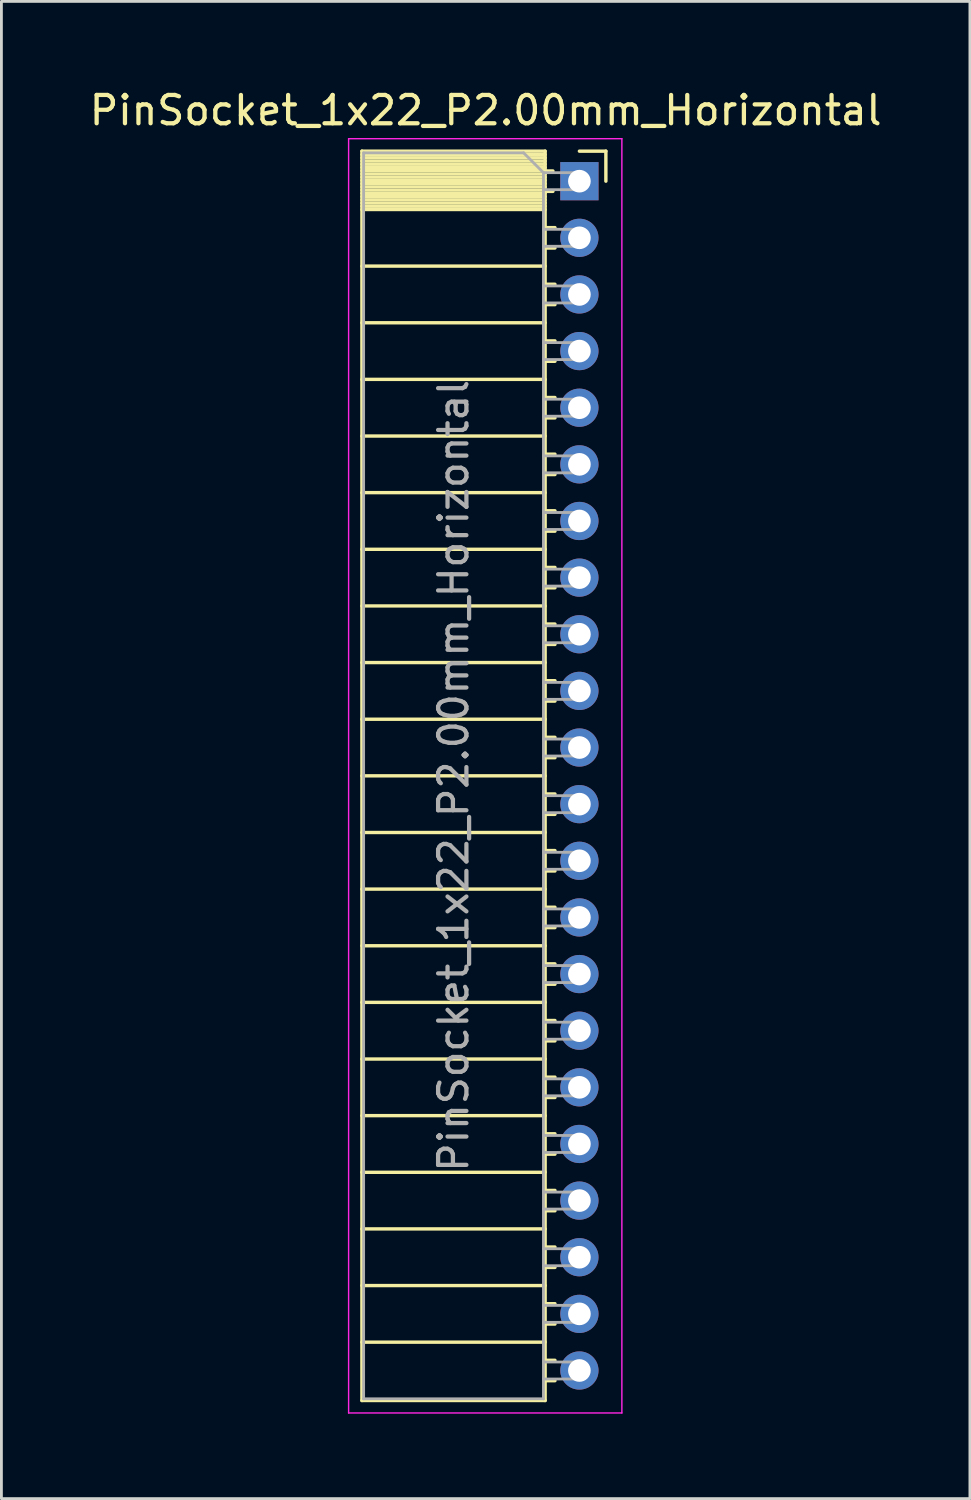
<source format=kicad_pcb>
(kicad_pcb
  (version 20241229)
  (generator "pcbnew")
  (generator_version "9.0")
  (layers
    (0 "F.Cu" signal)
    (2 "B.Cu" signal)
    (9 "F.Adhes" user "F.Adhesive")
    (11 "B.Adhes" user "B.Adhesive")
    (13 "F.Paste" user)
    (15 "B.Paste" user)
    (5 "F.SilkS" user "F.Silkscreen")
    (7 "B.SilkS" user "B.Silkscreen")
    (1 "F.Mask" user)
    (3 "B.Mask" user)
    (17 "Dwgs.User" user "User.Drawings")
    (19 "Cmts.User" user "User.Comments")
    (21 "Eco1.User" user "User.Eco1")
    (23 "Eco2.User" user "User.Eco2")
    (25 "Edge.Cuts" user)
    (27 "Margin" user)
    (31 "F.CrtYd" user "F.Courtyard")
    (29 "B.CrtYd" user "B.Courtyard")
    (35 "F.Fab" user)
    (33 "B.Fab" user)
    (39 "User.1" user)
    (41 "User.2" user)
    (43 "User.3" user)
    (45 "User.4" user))
  (footprint "PinSocket_1x22_P2.00mm_Horizontal"
    (layer "F.Cu")
    (at 17.411 3.348)
    (property "Reference" "PinSocket_1x22_P2.00mm_Horizontal" (at -3.31 -2.5 0) (layer "F.SilkS") (effects (font (size 1 1) (thickness 0.15))))
    (attr through_hole)
    (fp_line (start -7.68 -1.06) (end -7.68 43.06) (stroke (width 0.12) (type solid)) (layer "F.SilkS"))
    (fp_line (start -7.68 -1.06) (end -1.21 -1.06) (stroke (width 0.12) (type solid)) (layer "F.SilkS"))
    (fp_line (start -7.68 -0.94) (end -1.21 -0.94) (stroke (width 0.12) (type solid)) (layer "F.SilkS"))
    (fp_line (start -7.68 -0.826) (end -1.21 -0.826) (stroke (width 0.12) (type solid)) (layer "F.SilkS"))
    (fp_line (start -7.68 -0.712) (end -1.21 -0.712) (stroke (width 0.12) (type solid)) (layer "F.SilkS"))
    (fp_line (start -7.68 -0.598) (end -1.21 -0.598) (stroke (width 0.12) (type solid)) (layer "F.SilkS"))
    (fp_line (start -7.68 -0.484) (end -1.21 -0.484) (stroke (width 0.12) (type solid)) (layer "F.SilkS"))
    (fp_line (start -7.68 -0.369) (end -1.21 -0.369) (stroke (width 0.12) (type solid)) (layer "F.SilkS"))
    (fp_line (start -7.68 -0.255) (end -1.21 -0.255) (stroke (width 0.12) (type solid)) (layer "F.SilkS"))
    (fp_line (start -7.68 -0.141) (end -1.21 -0.141) (stroke (width 0.12) (type solid)) (layer "F.SilkS"))
    (fp_line (start -7.68 -0.027) (end -1.21 -0.027) (stroke (width 0.12) (type solid)) (layer "F.SilkS"))
    (fp_line (start -7.68 0.087) (end -1.21 0.087) (stroke (width 0.12) (type solid)) (layer "F.SilkS"))
    (fp_line (start -7.68 0.201) (end -1.21 0.201) (stroke (width 0.12) (type solid)) (layer "F.SilkS"))
    (fp_line (start -7.68 0.315) (end -1.21 0.315) (stroke (width 0.12) (type solid)) (layer "F.SilkS"))
    (fp_line (start -7.68 0.429) (end -1.21 0.429) (stroke (width 0.12) (type solid)) (layer "F.SilkS"))
    (fp_line (start -7.68 0.544) (end -1.21 0.544) (stroke (width 0.12) (type solid)) (layer "F.SilkS"))
    (fp_line (start -7.68 0.658) (end -1.21 0.658) (stroke (width 0.12) (type solid)) (layer "F.SilkS"))
    (fp_line (start -7.68 0.772) (end -1.21 0.772) (stroke (width 0.12) (type solid)) (layer "F.SilkS"))
    (fp_line (start -7.68 0.886) (end -1.21 0.886) (stroke (width 0.12) (type solid)) (layer "F.SilkS"))
    (fp_line (start -7.68 1) (end -1.21 1) (stroke (width 0.12) (type solid)) (layer "F.SilkS"))
    (fp_line (start -7.68 3) (end -1.21 3) (stroke (width 0.12) (type solid)) (layer "F.SilkS"))
    (fp_line (start -7.68 5) (end -1.21 5) (stroke (width 0.12) (type solid)) (layer "F.SilkS"))
    (fp_line (start -7.68 7) (end -1.21 7) (stroke (width 0.12) (type solid)) (layer "F.SilkS"))
    (fp_line (start -7.68 9) (end -1.21 9) (stroke (width 0.12) (type solid)) (layer "F.SilkS"))
    (fp_line (start -7.68 11) (end -1.21 11) (stroke (width 0.12) (type solid)) (layer "F.SilkS"))
    (fp_line (start -7.68 13) (end -1.21 13) (stroke (width 0.12) (type solid)) (layer "F.SilkS"))
    (fp_line (start -7.68 15) (end -1.21 15) (stroke (width 0.12) (type solid)) (layer "F.SilkS"))
    (fp_line (start -7.68 17) (end -1.21 17) (stroke (width 0.12) (type solid)) (layer "F.SilkS"))
    (fp_line (start -7.68 19) (end -1.21 19) (stroke (width 0.12) (type solid)) (layer "F.SilkS"))
    (fp_line (start -7.68 21) (end -1.21 21) (stroke (width 0.12) (type solid)) (layer "F.SilkS"))
    (fp_line (start -7.68 23) (end -1.21 23) (stroke (width 0.12) (type solid)) (layer "F.SilkS"))
    (fp_line (start -7.68 25) (end -1.21 25) (stroke (width 0.12) (type solid)) (layer "F.SilkS"))
    (fp_line (start -7.68 27) (end -1.21 27) (stroke (width 0.12) (type solid)) (layer "F.SilkS"))
    (fp_line (start -7.68 29) (end -1.21 29) (stroke (width 0.12) (type solid)) (layer "F.SilkS"))
    (fp_line (start -7.68 31) (end -1.21 31) (stroke (width 0.12) (type solid)) (layer "F.SilkS"))
    (fp_line (start -7.68 33) (end -1.21 33) (stroke (width 0.12) (type solid)) (layer "F.SilkS"))
    (fp_line (start -7.68 35) (end -1.21 35) (stroke (width 0.12) (type solid)) (layer "F.SilkS"))
    (fp_line (start -7.68 37) (end -1.21 37) (stroke (width 0.12) (type solid)) (layer "F.SilkS"))
    (fp_line (start -7.68 39) (end -1.21 39) (stroke (width 0.12) (type solid)) (layer "F.SilkS"))
    (fp_line (start -7.68 41) (end -1.21 41) (stroke (width 0.12) (type solid)) (layer "F.SilkS"))
    (fp_line (start -7.68 43.06) (end -1.21 43.06) (stroke (width 0.12) (type solid)) (layer "F.SilkS"))
    (fp_line (start -1.21 -1.06) (end -1.21 43.06) (stroke (width 0.12) (type solid)) (layer "F.SilkS"))
    (fp_line (start -1.21 -0.36) (end -0.935 -0.36) (stroke (width 0.12) (type solid)) (layer "F.SilkS"))
    (fp_line (start -1.21 0.36) (end -0.935 0.36) (stroke (width 0.12) (type solid)) (layer "F.SilkS"))
    (fp_line (start -1.21 1.64) (end -0.863 1.64) (stroke (width 0.12) (type solid)) (layer "F.SilkS"))
    (fp_line (start -1.21 2.36) (end -0.863 2.36) (stroke (width 0.12) (type solid)) (layer "F.SilkS"))
    (fp_line (start -1.21 3.64) (end -0.863 3.64) (stroke (width 0.12) (type solid)) (layer "F.SilkS"))
    (fp_line (start -1.21 4.36) (end -0.863 4.36) (stroke (width 0.12) (type solid)) (layer "F.SilkS"))
    (fp_line (start -1.21 5.64) (end -0.863 5.64) (stroke (width 0.12) (type solid)) (layer "F.SilkS"))
    (fp_line (start -1.21 6.36) (end -0.863 6.36) (stroke (width 0.12) (type solid)) (layer "F.SilkS"))
    (fp_line (start -1.21 7.64) (end -0.863 7.64) (stroke (width 0.12) (type solid)) (layer "F.SilkS"))
    (fp_line (start -1.21 8.36) (end -0.863 8.36) (stroke (width 0.12) (type solid)) (layer "F.SilkS"))
    (fp_line (start -1.21 9.64) (end -0.863 9.64) (stroke (width 0.12) (type solid)) (layer "F.SilkS"))
    (fp_line (start -1.21 10.36) (end -0.863 10.36) (stroke (width 0.12) (type solid)) (layer "F.SilkS"))
    (fp_line (start -1.21 11.64) (end -0.863 11.64) (stroke (width 0.12) (type solid)) (layer "F.SilkS"))
    (fp_line (start -1.21 12.36) (end -0.863 12.36) (stroke (width 0.12) (type solid)) (layer "F.SilkS"))
    (fp_line (start -1.21 13.64) (end -0.863 13.64) (stroke (width 0.12) (type solid)) (layer "F.SilkS"))
    (fp_line (start -1.21 14.36) (end -0.863 14.36) (stroke (width 0.12) (type solid)) (layer "F.SilkS"))
    (fp_line (start -1.21 15.64) (end -0.863 15.64) (stroke (width 0.12) (type solid)) (layer "F.SilkS"))
    (fp_line (start -1.21 16.36) (end -0.863 16.36) (stroke (width 0.12) (type solid)) (layer "F.SilkS"))
    (fp_line (start -1.21 17.64) (end -0.863 17.64) (stroke (width 0.12) (type solid)) (layer "F.SilkS"))
    (fp_line (start -1.21 18.36) (end -0.863 18.36) (stroke (width 0.12) (type solid)) (layer "F.SilkS"))
    (fp_line (start -1.21 19.64) (end -0.863 19.64) (stroke (width 0.12) (type solid)) (layer "F.SilkS"))
    (fp_line (start -1.21 20.36) (end -0.863 20.36) (stroke (width 0.12) (type solid)) (layer "F.SilkS"))
    (fp_line (start -1.21 21.64) (end -0.863 21.64) (stroke (width 0.12) (type solid)) (layer "F.SilkS"))
    (fp_line (start -1.21 22.36) (end -0.863 22.36) (stroke (width 0.12) (type solid)) (layer "F.SilkS"))
    (fp_line (start -1.21 23.64) (end -0.863 23.64) (stroke (width 0.12) (type solid)) (layer "F.SilkS"))
    (fp_line (start -1.21 24.36) (end -0.863 24.36) (stroke (width 0.12) (type solid)) (layer "F.SilkS"))
    (fp_line (start -1.21 25.64) (end -0.863 25.64) (stroke (width 0.12) (type solid)) (layer "F.SilkS"))
    (fp_line (start -1.21 26.36) (end -0.863 26.36) (stroke (width 0.12) (type solid)) (layer "F.SilkS"))
    (fp_line (start -1.21 27.64) (end -0.863 27.64) (stroke (width 0.12) (type solid)) (layer "F.SilkS"))
    (fp_line (start -1.21 28.36) (end -0.863 28.36) (stroke (width 0.12) (type solid)) (layer "F.SilkS"))
    (fp_line (start -1.21 29.64) (end -0.863 29.64) (stroke (width 0.12) (type solid)) (layer "F.SilkS"))
    (fp_line (start -1.21 30.36) (end -0.863 30.36) (stroke (width 0.12) (type solid)) (layer "F.SilkS"))
    (fp_line (start -1.21 31.64) (end -0.863 31.64) (stroke (width 0.12) (type solid)) (layer "F.SilkS"))
    (fp_line (start -1.21 32.36) (end -0.863 32.36) (stroke (width 0.12) (type solid)) (layer "F.SilkS"))
    (fp_line (start -1.21 33.64) (end -0.863 33.64) (stroke (width 0.12) (type solid)) (layer "F.SilkS"))
    (fp_line (start -1.21 34.36) (end -0.863 34.36) (stroke (width 0.12) (type solid)) (layer "F.SilkS"))
    (fp_line (start -1.21 35.64) (end -0.863 35.64) (stroke (width 0.12) (type solid)) (layer "F.SilkS"))
    (fp_line (start -1.21 36.36) (end -0.863 36.36) (stroke (width 0.12) (type solid)) (layer "F.SilkS"))
    (fp_line (start -1.21 37.64) (end -0.863 37.64) (stroke (width 0.12) (type solid)) (layer "F.SilkS"))
    (fp_line (start -1.21 38.36) (end -0.863 38.36) (stroke (width 0.12) (type solid)) (layer "F.SilkS"))
    (fp_line (start -1.21 39.64) (end -0.863 39.64) (stroke (width 0.12) (type solid)) (layer "F.SilkS"))
    (fp_line (start -1.21 40.36) (end -0.863 40.36) (stroke (width 0.12) (type solid)) (layer "F.SilkS"))
    (fp_line (start -1.21 41.64) (end -0.863 41.64) (stroke (width 0.12) (type solid)) (layer "F.SilkS"))
    (fp_line (start -1.21 42.36) (end -0.863 42.36) (stroke (width 0.12) (type solid)) (layer "F.SilkS"))
    (fp_line (start 0 -1.06) (end 0.935 -1.06) (stroke (width 0.12) (type solid)) (layer "F.SilkS"))
    (fp_line (start 0.935 -1.06) (end 0.935 0) (stroke (width 0.12) (type solid)) (layer "F.SilkS"))
    (fp_line (start -8.15 -1.5) (end -8.15 43.5) (stroke (width 0.05) (type solid)) (layer "F.CrtYd"))
    (fp_line (start -8.15 43.5) (end 1.5 43.5) (stroke (width 0.05) (type solid)) (layer "F.CrtYd"))
    (fp_line (start 1.5 -1.5) (end -8.15 -1.5) (stroke (width 0.05) (type solid)) (layer "F.CrtYd"))
    (fp_line (start 1.5 43.5) (end 1.5 -1.5) (stroke (width 0.05) (type solid)) (layer "F.CrtYd"))
    (fp_line (start -7.62 -1) (end -1.97 -1) (stroke (width 0.1) (type solid)) (layer "F.Fab"))
    (fp_line (start -7.62 43) (end -7.62 -1) (stroke (width 0.1) (type solid)) (layer "F.Fab"))
    (fp_line (start -1.97 -1) (end -1.27 -0.3) (stroke (width 0.1) (type solid)) (layer "F.Fab"))
    (fp_line (start -1.27 -0.3) (end -1.27 43) (stroke (width 0.1) (type solid)) (layer "F.Fab"))
    (fp_line (start -1.27 0.3) (end 0 0.3) (stroke (width 0.1) (type solid)) (layer "F.Fab"))
    (fp_line (start -1.27 2.3) (end 0 2.3) (stroke (width 0.1) (type solid)) (layer "F.Fab"))
    (fp_line (start -1.27 4.3) (end 0 4.3) (stroke (width 0.1) (type solid)) (layer "F.Fab"))
    (fp_line (start -1.27 6.3) (end 0 6.3) (stroke (width 0.1) (type solid)) (layer "F.Fab"))
    (fp_line (start -1.27 8.3) (end 0 8.3) (stroke (width 0.1) (type solid)) (layer "F.Fab"))
    (fp_line (start -1.27 10.3) (end 0 10.3) (stroke (width 0.1) (type solid)) (layer "F.Fab"))
    (fp_line (start -1.27 12.3) (end 0 12.3) (stroke (width 0.1) (type solid)) (layer "F.Fab"))
    (fp_line (start -1.27 14.3) (end 0 14.3) (stroke (width 0.1) (type solid)) (layer "F.Fab"))
    (fp_line (start -1.27 16.3) (end 0 16.3) (stroke (width 0.1) (type solid)) (layer "F.Fab"))
    (fp_line (start -1.27 18.3) (end 0 18.3) (stroke (width 0.1) (type solid)) (layer "F.Fab"))
    (fp_line (start -1.27 20.3) (end 0 20.3) (stroke (width 0.1) (type solid)) (layer "F.Fab"))
    (fp_line (start -1.27 22.3) (end 0 22.3) (stroke (width 0.1) (type solid)) (layer "F.Fab"))
    (fp_line (start -1.27 24.3) (end 0 24.3) (stroke (width 0.1) (type solid)) (layer "F.Fab"))
    (fp_line (start -1.27 26.3) (end 0 26.3) (stroke (width 0.1) (type solid)) (layer "F.Fab"))
    (fp_line (start -1.27 28.3) (end 0 28.3) (stroke (width 0.1) (type solid)) (layer "F.Fab"))
    (fp_line (start -1.27 30.3) (end 0 30.3) (stroke (width 0.1) (type solid)) (layer "F.Fab"))
    (fp_line (start -1.27 32.3) (end 0 32.3) (stroke (width 0.1) (type solid)) (layer "F.Fab"))
    (fp_line (start -1.27 34.3) (end 0 34.3) (stroke (width 0.1) (type solid)) (layer "F.Fab"))
    (fp_line (start -1.27 36.3) (end 0 36.3) (stroke (width 0.1) (type solid)) (layer "F.Fab"))
    (fp_line (start -1.27 38.3) (end 0 38.3) (stroke (width 0.1) (type solid)) (layer "F.Fab"))
    (fp_line (start -1.27 40.3) (end 0 40.3) (stroke (width 0.1) (type solid)) (layer "F.Fab"))
    (fp_line (start -1.27 42.3) (end 0 42.3) (stroke (width 0.1) (type solid)) (layer "F.Fab"))
    (fp_line (start -1.27 43) (end -7.62 43) (stroke (width 0.1) (type solid)) (layer "F.Fab"))
    (fp_line (start 0 -0.3) (end -1.27 -0.3) (stroke (width 0.1) (type solid)) (layer "F.Fab"))
    (fp_line (start 0 0.3) (end 0 -0.3) (stroke (width 0.1) (type solid)) (layer "F.Fab"))
    (fp_line (start 0 1.7) (end -1.27 1.7) (stroke (width 0.1) (type solid)) (layer "F.Fab"))
    (fp_line (start 0 2.3) (end 0 1.7) (stroke (width 0.1) (type solid)) (layer "F.Fab"))
    (fp_line (start 0 3.7) (end -1.27 3.7) (stroke (width 0.1) (type solid)) (layer "F.Fab"))
    (fp_line (start 0 4.3) (end 0 3.7) (stroke (width 0.1) (type solid)) (layer "F.Fab"))
    (fp_line (start 0 5.7) (end -1.27 5.7) (stroke (width 0.1) (type solid)) (layer "F.Fab"))
    (fp_line (start 0 6.3) (end 0 5.7) (stroke (width 0.1) (type solid)) (layer "F.Fab"))
    (fp_line (start 0 7.7) (end -1.27 7.7) (stroke (width 0.1) (type solid)) (layer "F.Fab"))
    (fp_line (start 0 8.3) (end 0 7.7) (stroke (width 0.1) (type solid)) (layer "F.Fab"))
    (fp_line (start 0 9.7) (end -1.27 9.7) (stroke (width 0.1) (type solid)) (layer "F.Fab"))
    (fp_line (start 0 10.3) (end 0 9.7) (stroke (width 0.1) (type solid)) (layer "F.Fab"))
    (fp_line (start 0 11.7) (end -1.27 11.7) (stroke (width 0.1) (type solid)) (layer "F.Fab"))
    (fp_line (start 0 12.3) (end 0 11.7) (stroke (width 0.1) (type solid)) (layer "F.Fab"))
    (fp_line (start 0 13.7) (end -1.27 13.7) (stroke (width 0.1) (type solid)) (layer "F.Fab"))
    (fp_line (start 0 14.3) (end 0 13.7) (stroke (width 0.1) (type solid)) (layer "F.Fab"))
    (fp_line (start 0 15.7) (end -1.27 15.7) (stroke (width 0.1) (type solid)) (layer "F.Fab"))
    (fp_line (start 0 16.3) (end 0 15.7) (stroke (width 0.1) (type solid)) (layer "F.Fab"))
    (fp_line (start 0 17.7) (end -1.27 17.7) (stroke (width 0.1) (type solid)) (layer "F.Fab"))
    (fp_line (start 0 18.3) (end 0 17.7) (stroke (width 0.1) (type solid)) (layer "F.Fab"))
    (fp_line (start 0 19.7) (end -1.27 19.7) (stroke (width 0.1) (type solid)) (layer "F.Fab"))
    (fp_line (start 0 20.3) (end 0 19.7) (stroke (width 0.1) (type solid)) (layer "F.Fab"))
    (fp_line (start 0 21.7) (end -1.27 21.7) (stroke (width 0.1) (type solid)) (layer "F.Fab"))
    (fp_line (start 0 22.3) (end 0 21.7) (stroke (width 0.1) (type solid)) (layer "F.Fab"))
    (fp_line (start 0 23.7) (end -1.27 23.7) (stroke (width 0.1) (type solid)) (layer "F.Fab"))
    (fp_line (start 0 24.3) (end 0 23.7) (stroke (width 0.1) (type solid)) (layer "F.Fab"))
    (fp_line (start 0 25.7) (end -1.27 25.7) (stroke (width 0.1) (type solid)) (layer "F.Fab"))
    (fp_line (start 0 26.3) (end 0 25.7) (stroke (width 0.1) (type solid)) (layer "F.Fab"))
    (fp_line (start 0 27.7) (end -1.27 27.7) (stroke (width 0.1) (type solid)) (layer "F.Fab"))
    (fp_line (start 0 28.3) (end 0 27.7) (stroke (width 0.1) (type solid)) (layer "F.Fab"))
    (fp_line (start 0 29.7) (end -1.27 29.7) (stroke (width 0.1) (type solid)) (layer "F.Fab"))
    (fp_line (start 0 30.3) (end 0 29.7) (stroke (width 0.1) (type solid)) (layer "F.Fab"))
    (fp_line (start 0 31.7) (end -1.27 31.7) (stroke (width 0.1) (type solid)) (layer "F.Fab"))
    (fp_line (start 0 32.3) (end 0 31.7) (stroke (width 0.1) (type solid)) (layer "F.Fab"))
    (fp_line (start 0 33.7) (end -1.27 33.7) (stroke (width 0.1) (type solid)) (layer "F.Fab"))
    (fp_line (start 0 34.3) (end 0 33.7) (stroke (width 0.1) (type solid)) (layer "F.Fab"))
    (fp_line (start 0 35.7) (end -1.27 35.7) (stroke (width 0.1) (type solid)) (layer "F.Fab"))
    (fp_line (start 0 36.3) (end 0 35.7) (stroke (width 0.1) (type solid)) (layer "F.Fab"))
    (fp_line (start 0 37.7) (end -1.27 37.7) (stroke (width 0.1) (type solid)) (layer "F.Fab"))
    (fp_line (start 0 38.3) (end 0 37.7) (stroke (width 0.1) (type solid)) (layer "F.Fab"))
    (fp_line (start 0 39.7) (end -1.27 39.7) (stroke (width 0.1) (type solid)) (layer "F.Fab"))
    (fp_line (start 0 40.3) (end 0 39.7) (stroke (width 0.1) (type solid)) (layer "F.Fab"))
    (fp_line (start 0 41.7) (end -1.27 41.7) (stroke (width 0.1) (type solid)) (layer "F.Fab"))
    (fp_line (start 0 42.3) (end 0 41.7) (stroke (width 0.1) (type solid)) (layer "F.Fab"))
    (fp_text user "${REFERENCE}" (at -4.445 21 90) (layer "F.Fab") (effects (font (size 1 1) (thickness 0.15))))
    (pad "1" thru_hole rect (at 0 0) (size 1.35 1.35) (drill 0.8) (layers "*.Cu" "*.Mask"))
    (pad "2" thru_hole circle (at 0 2) (size 1.35 1.35) (drill 0.8) (layers "*.Cu" "*.Mask"))
    (pad "3" thru_hole circle (at 0 4) (size 1.35 1.35) (drill 0.8) (layers "*.Cu" "*.Mask"))
    (pad "4" thru_hole circle (at 0 6) (size 1.35 1.35) (drill 0.8) (layers "*.Cu" "*.Mask"))
    (pad "5" thru_hole circle (at 0 8) (size 1.35 1.35) (drill 0.8) (layers "*.Cu" "*.Mask"))
    (pad "6" thru_hole circle (at 0 10) (size 1.35 1.35) (drill 0.8) (layers "*.Cu" "*.Mask"))
    (pad "7" thru_hole circle (at 0 12) (size 1.35 1.35) (drill 0.8) (layers "*.Cu" "*.Mask"))
    (pad "8" thru_hole circle (at 0 14) (size 1.35 1.35) (drill 0.8) (layers "*.Cu" "*.Mask"))
    (pad "9" thru_hole circle (at 0 16) (size 1.35 1.35) (drill 0.8) (layers "*.Cu" "*.Mask"))
    (pad "10" thru_hole circle (at 0 18) (size 1.35 1.35) (drill 0.8) (layers "*.Cu" "*.Mask"))
    (pad "11" thru_hole circle (at 0 20) (size 1.35 1.35) (drill 0.8) (layers "*.Cu" "*.Mask"))
    (pad "12" thru_hole circle (at 0 22) (size 1.35 1.35) (drill 0.8) (layers "*.Cu" "*.Mask"))
    (pad "13" thru_hole circle (at 0 24) (size 1.35 1.35) (drill 0.8) (layers "*.Cu" "*.Mask"))
    (pad "14" thru_hole circle (at 0 26) (size 1.35 1.35) (drill 0.8) (layers "*.Cu" "*.Mask"))
    (pad "15" thru_hole circle (at 0 28) (size 1.35 1.35) (drill 0.8) (layers "*.Cu" "*.Mask"))
    (pad "16" thru_hole circle (at 0 30) (size 1.35 1.35) (drill 0.8) (layers "*.Cu" "*.Mask"))
    (pad "17" thru_hole circle (at 0 32) (size 1.35 1.35) (drill 0.8) (layers "*.Cu" "*.Mask"))
    (pad "18" thru_hole circle (at 0 34) (size 1.35 1.35) (drill 0.8) (layers "*.Cu" "*.Mask"))
    (pad "19" thru_hole circle (at 0 36) (size 1.35 1.35) (drill 0.8) (layers "*.Cu" "*.Mask"))
    (pad "20" thru_hole circle (at 0 38) (size 1.35 1.35) (drill 0.8) (layers "*.Cu" "*.Mask"))
    (pad "21" thru_hole circle (at 0 40) (size 1.35 1.35) (drill 0.8) (layers "*.Cu" "*.Mask"))
    (pad "22" thru_hole circle (at 0 42) (size 1.35 1.35) (drill 0.8) (layers "*.Cu" "*.Mask")))
  (gr_rect
    (start -3 -3)
    (end 31.202 49.873)
    (stroke (width 0.1) (type default))
    (fill no)
    (layer "Edge.Cuts")))
</source>
